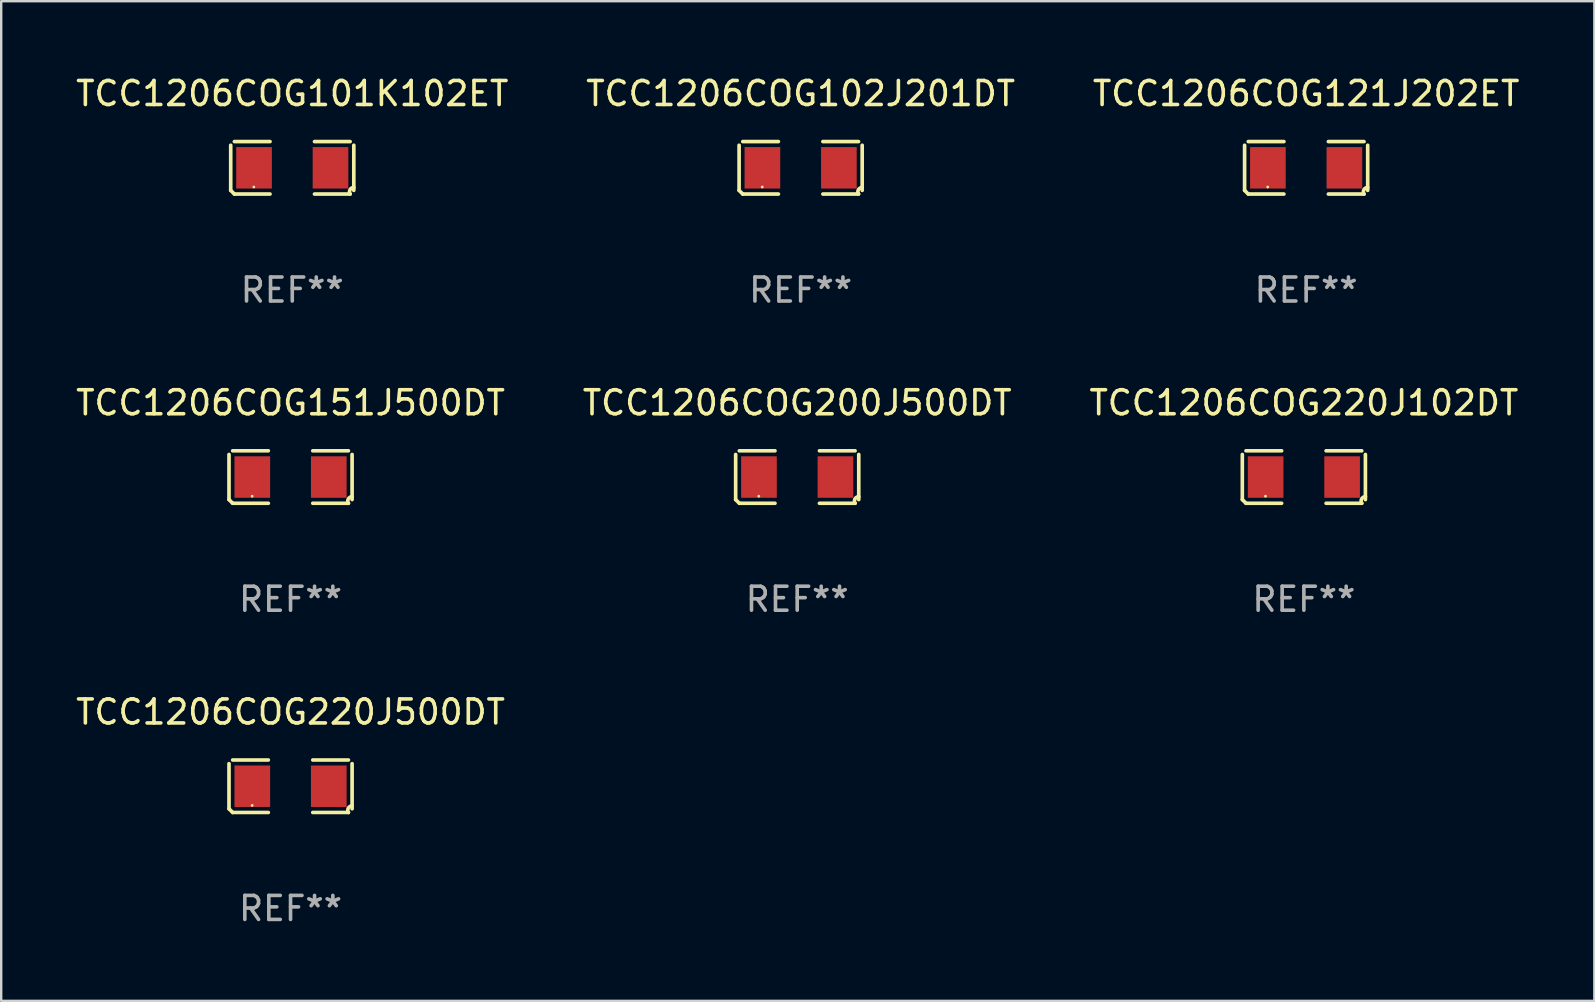
<source format=kicad_pcb>
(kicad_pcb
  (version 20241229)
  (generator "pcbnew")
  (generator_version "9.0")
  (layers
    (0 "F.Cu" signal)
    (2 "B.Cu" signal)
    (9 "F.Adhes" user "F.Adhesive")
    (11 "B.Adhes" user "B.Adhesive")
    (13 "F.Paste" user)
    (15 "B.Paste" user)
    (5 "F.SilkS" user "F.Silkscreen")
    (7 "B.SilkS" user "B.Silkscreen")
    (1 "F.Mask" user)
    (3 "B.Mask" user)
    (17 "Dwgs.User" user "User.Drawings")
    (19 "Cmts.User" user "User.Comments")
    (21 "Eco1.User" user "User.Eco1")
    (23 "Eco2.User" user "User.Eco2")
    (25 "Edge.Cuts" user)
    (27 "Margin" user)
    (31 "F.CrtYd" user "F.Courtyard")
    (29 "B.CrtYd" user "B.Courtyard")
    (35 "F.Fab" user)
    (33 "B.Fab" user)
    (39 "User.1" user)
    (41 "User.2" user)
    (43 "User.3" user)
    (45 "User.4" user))
  (footprint "TCC1206COG200J500DT"
    (layer "F.Cu")
    (at 30.161 16.823)
    (property "Reference" "TCC1206COG200J500DT" (at 0 -3.093 0) (layer "F.SilkS") (effects (font (size 1 1) (thickness 0.15))))
    (attr through_hole)
    (fp_line (start -2.564 0.94) (end -2.564 -0.94) (stroke (width 0.152) (type solid)) (layer "F.SilkS"))
    (fp_line (start -2.411 -1.093) (end -0.926 -1.093) (stroke (width 0.152) (type solid)) (layer "F.SilkS"))
    (fp_line (start -0.926 1.093) (end -2.411 1.093) (stroke (width 0.152) (type solid)) (layer "F.SilkS"))
    (fp_line (start 0.926 1.093) (end 2.411 1.093) (stroke (width 0.152) (type solid)) (layer "F.SilkS"))
    (fp_line (start 2.411 -1.093) (end 0.926 -1.093) (stroke (width 0.152) (type solid)) (layer "F.SilkS"))
    (fp_line (start 2.564 0.94) (end 2.564 -0.94) (stroke (width 0.152) (type solid)) (layer "F.SilkS"))
    (fp_arc (start -2.411201 1.092609) (mid -2.487413 1.01642) (end -2.563602 0.940208) (stroke (width 0.1524) (type solid)) (layer "F.SilkS"))
    (fp_arc (start 2.411201 1.092609) (mid 2.407159 0.911226) (end 2.563602 0.819347) (stroke (width 0.1524) (type solid)) (layer "F.SilkS"))
    (fp_circle (center -1.6 0.8) (end -1.57 0.8) (stroke (width 0.06) (type solid)) (fill no) (layer "F.SilkS"))
    (fp_text user "REF**" (at 0 5.093 0) (layer "F.Fab") (effects (font (size 1 1) (thickness 0.15))))
    (pad "1" smd rect (at -1.593 0) (size 1.485 1.728) (layers "F.Cu" "F.Mask" "F.Paste"))
    (pad "2" smd rect (at 1.593 0) (size 1.485 1.728) (layers "F.Cu" "F.Mask" "F.Paste")))
  (footprint "TCC1206COG121J202ET"
    (layer "F.Cu")
    (at 51.363 3.941)
    (property "Reference" "TCC1206COG121J202ET" (at 0 -3.093 0) (layer "F.SilkS") (effects (font (size 1 1) (thickness 0.15))))
    (attr through_hole)
    (fp_line (start -2.564 0.94) (end -2.564 -0.94) (stroke (width 0.152) (type solid)) (layer "F.SilkS"))
    (fp_line (start -2.411 -1.093) (end -0.926 -1.093) (stroke (width 0.152) (type solid)) (layer "F.SilkS"))
    (fp_line (start -0.926 1.093) (end -2.411 1.093) (stroke (width 0.152) (type solid)) (layer "F.SilkS"))
    (fp_line (start 0.926 1.093) (end 2.411 1.093) (stroke (width 0.152) (type solid)) (layer "F.SilkS"))
    (fp_line (start 2.411 -1.093) (end 0.926 -1.093) (stroke (width 0.152) (type solid)) (layer "F.SilkS"))
    (fp_line (start 2.564 0.94) (end 2.564 -0.94) (stroke (width 0.152) (type solid)) (layer "F.SilkS"))
    (fp_arc (start -2.411201 1.092609) (mid -2.487413 1.01642) (end -2.563602 0.940208) (stroke (width 0.1524) (type solid)) (layer "F.SilkS"))
    (fp_arc (start 2.411201 1.092609) (mid 2.407159 0.911226) (end 2.563602 0.819347) (stroke (width 0.1524) (type solid)) (layer "F.SilkS"))
    (fp_circle (center -1.6 0.8) (end -1.57 0.8) (stroke (width 0.06) (type solid)) (fill no) (layer "F.SilkS"))
    (fp_text user "REF**" (at 0 5.093 0) (layer "F.Fab") (effects (font (size 1 1) (thickness 0.15))))
    (pad "1" smd rect (at -1.593 0) (size 1.485 1.728) (layers "F.Cu" "F.Mask" "F.Paste"))
    (pad "2" smd rect (at 1.593 0) (size 1.485 1.728) (layers "F.Cu" "F.Mask" "F.Paste")))
  (footprint "TCC1206COG101K102ET"
    (layer "F.Cu")
    (at 9.125 3.941)
    (property "Reference" "TCC1206COG101K102ET" (at 0 -3.093 0) (layer "F.SilkS") (effects (font (size 1 1) (thickness 0.15))))
    (attr through_hole)
    (fp_line (start -2.564 0.94) (end -2.564 -0.94) (stroke (width 0.152) (type solid)) (layer "F.SilkS"))
    (fp_line (start -2.411 -1.093) (end -0.926 -1.093) (stroke (width 0.152) (type solid)) (layer "F.SilkS"))
    (fp_line (start -0.926 1.093) (end -2.411 1.093) (stroke (width 0.152) (type solid)) (layer "F.SilkS"))
    (fp_line (start 0.926 1.093) (end 2.411 1.093) (stroke (width 0.152) (type solid)) (layer "F.SilkS"))
    (fp_line (start 2.411 -1.093) (end 0.926 -1.093) (stroke (width 0.152) (type solid)) (layer "F.SilkS"))
    (fp_line (start 2.564 0.94) (end 2.564 -0.94) (stroke (width 0.152) (type solid)) (layer "F.SilkS"))
    (fp_arc (start -2.411201 1.092609) (mid -2.487413 1.01642) (end -2.563602 0.940208) (stroke (width 0.1524) (type solid)) (layer "F.SilkS"))
    (fp_arc (start 2.411201 1.092609) (mid 2.407159 0.911226) (end 2.563602 0.819347) (stroke (width 0.1524) (type solid)) (layer "F.SilkS"))
    (fp_circle (center -1.6 0.8) (end -1.57 0.8) (stroke (width 0.06) (type solid)) (fill no) (layer "F.SilkS"))
    (fp_text user "REF**" (at 0 5.093 0) (layer "F.Fab") (effects (font (size 1 1) (thickness 0.15))))
    (pad "1" smd rect (at -1.593 0) (size 1.485 1.728) (layers "F.Cu" "F.Mask" "F.Paste"))
    (pad "2" smd rect (at 1.593 0) (size 1.485 1.728) (layers "F.Cu" "F.Mask" "F.Paste")))
  (footprint "TCC1206COG220J102DT"
    (layer "F.Cu")
    (at 51.268 16.823)
    (property "Reference" "TCC1206COG220J102DT" (at 0 -3.093 0) (layer "F.SilkS") (effects (font (size 1 1) (thickness 0.15))))
    (attr through_hole)
    (fp_line (start -2.564 0.94) (end -2.564 -0.94) (stroke (width 0.152) (type solid)) (layer "F.SilkS"))
    (fp_line (start -2.411 -1.093) (end -0.926 -1.093) (stroke (width 0.152) (type solid)) (layer "F.SilkS"))
    (fp_line (start -0.926 1.093) (end -2.411 1.093) (stroke (width 0.152) (type solid)) (layer "F.SilkS"))
    (fp_line (start 0.926 1.093) (end 2.411 1.093) (stroke (width 0.152) (type solid)) (layer "F.SilkS"))
    (fp_line (start 2.411 -1.093) (end 0.926 -1.093) (stroke (width 0.152) (type solid)) (layer "F.SilkS"))
    (fp_line (start 2.564 0.94) (end 2.564 -0.94) (stroke (width 0.152) (type solid)) (layer "F.SilkS"))
    (fp_arc (start -2.411201 1.092609) (mid -2.487413 1.01642) (end -2.563602 0.940208) (stroke (width 0.1524) (type solid)) (layer "F.SilkS"))
    (fp_arc (start 2.411201 1.092609) (mid 2.407159 0.911226) (end 2.563602 0.819347) (stroke (width 0.1524) (type solid)) (layer "F.SilkS"))
    (fp_circle (center -1.6 0.8) (end -1.57 0.8) (stroke (width 0.06) (type solid)) (fill no) (layer "F.SilkS"))
    (fp_text user "REF**" (at 0 5.093 0) (layer "F.Fab") (effects (font (size 1 1) (thickness 0.15))))
    (pad "1" smd rect (at -1.593 0) (size 1.485 1.728) (layers "F.Cu" "F.Mask" "F.Paste"))
    (pad "2" smd rect (at 1.593 0) (size 1.485 1.728) (layers "F.Cu" "F.Mask" "F.Paste")))
  (footprint "TCC1206COG151J500DT"
    (layer "F.Cu")
    (at 9.054 16.823)
    (property "Reference" "TCC1206COG151J500DT" (at 0 -3.093 0) (layer "F.SilkS") (effects (font (size 1 1) (thickness 0.15))))
    (attr through_hole)
    (fp_line (start -2.564 0.94) (end -2.564 -0.94) (stroke (width 0.152) (type solid)) (layer "F.SilkS"))
    (fp_line (start -2.411 -1.093) (end -0.926 -1.093) (stroke (width 0.152) (type solid)) (layer "F.SilkS"))
    (fp_line (start -0.926 1.093) (end -2.411 1.093) (stroke (width 0.152) (type solid)) (layer "F.SilkS"))
    (fp_line (start 0.926 1.093) (end 2.411 1.093) (stroke (width 0.152) (type solid)) (layer "F.SilkS"))
    (fp_line (start 2.411 -1.093) (end 0.926 -1.093) (stroke (width 0.152) (type solid)) (layer "F.SilkS"))
    (fp_line (start 2.564 0.94) (end 2.564 -0.94) (stroke (width 0.152) (type solid)) (layer "F.SilkS"))
    (fp_arc (start -2.411201 1.092609) (mid -2.487413 1.01642) (end -2.563602 0.940208) (stroke (width 0.1524) (type solid)) (layer "F.SilkS"))
    (fp_arc (start 2.411201 1.092609) (mid 2.407159 0.911226) (end 2.563602 0.819347) (stroke (width 0.1524) (type solid)) (layer "F.SilkS"))
    (fp_circle (center -1.6 0.8) (end -1.57 0.8) (stroke (width 0.06) (type solid)) (fill no) (layer "F.SilkS"))
    (fp_text user "REF**" (at 0 5.093 0) (layer "F.Fab") (effects (font (size 1 1) (thickness 0.15))))
    (pad "1" smd rect (at -1.593 0) (size 1.485 1.728) (layers "F.Cu" "F.Mask" "F.Paste"))
    (pad "2" smd rect (at 1.593 0) (size 1.485 1.728) (layers "F.Cu" "F.Mask" "F.Paste")))
  (footprint "TCC1206COG220J500DT"
    (layer "F.Cu")
    (at 9.054 29.704)
    (property "Reference" "TCC1206COG220J500DT" (at 0 -3.093 0) (layer "F.SilkS") (effects (font (size 1 1) (thickness 0.15))))
    (attr through_hole)
    (fp_line (start -2.564 0.94) (end -2.564 -0.94) (stroke (width 0.152) (type solid)) (layer "F.SilkS"))
    (fp_line (start -2.411 -1.093) (end -0.926 -1.093) (stroke (width 0.152) (type solid)) (layer "F.SilkS"))
    (fp_line (start -0.926 1.093) (end -2.411 1.093) (stroke (width 0.152) (type solid)) (layer "F.SilkS"))
    (fp_line (start 0.926 1.093) (end 2.411 1.093) (stroke (width 0.152) (type solid)) (layer "F.SilkS"))
    (fp_line (start 2.411 -1.093) (end 0.926 -1.093) (stroke (width 0.152) (type solid)) (layer "F.SilkS"))
    (fp_line (start 2.564 0.94) (end 2.564 -0.94) (stroke (width 0.152) (type solid)) (layer "F.SilkS"))
    (fp_arc (start -2.411201 1.092609) (mid -2.487413 1.01642) (end -2.563602 0.940208) (stroke (width 0.1524) (type solid)) (layer "F.SilkS"))
    (fp_arc (start 2.411201 1.092609) (mid 2.407159 0.911226) (end 2.563602 0.819347) (stroke (width 0.1524) (type solid)) (layer "F.SilkS"))
    (fp_circle (center -1.6 0.8) (end -1.57 0.8) (stroke (width 0.06) (type solid)) (fill no) (layer "F.SilkS"))
    (fp_text user "REF**" (at 0 5.093 0) (layer "F.Fab") (effects (font (size 1 1) (thickness 0.15))))
    (pad "1" smd rect (at -1.593 0) (size 1.485 1.728) (layers "F.Cu" "F.Mask" "F.Paste"))
    (pad "2" smd rect (at 1.593 0) (size 1.485 1.728) (layers "F.Cu" "F.Mask" "F.Paste")))
  (footprint "TCC1206COG102J201DT"
    (layer "F.Cu")
    (at 30.304 3.941)
    (property "Reference" "TCC1206COG102J201DT" (at 0 -3.093 0) (layer "F.SilkS") (effects (font (size 1 1) (thickness 0.15))))
    (attr through_hole)
    (fp_line (start -2.564 0.94) (end -2.564 -0.94) (stroke (width 0.152) (type solid)) (layer "F.SilkS"))
    (fp_line (start -2.411 -1.093) (end -0.926 -1.093) (stroke (width 0.152) (type solid)) (layer "F.SilkS"))
    (fp_line (start -0.926 1.093) (end -2.411 1.093) (stroke (width 0.152) (type solid)) (layer "F.SilkS"))
    (fp_line (start 0.926 1.093) (end 2.411 1.093) (stroke (width 0.152) (type solid)) (layer "F.SilkS"))
    (fp_line (start 2.411 -1.093) (end 0.926 -1.093) (stroke (width 0.152) (type solid)) (layer "F.SilkS"))
    (fp_line (start 2.564 0.94) (end 2.564 -0.94) (stroke (width 0.152) (type solid)) (layer "F.SilkS"))
    (fp_arc (start -2.411201 1.092609) (mid -2.487413 1.01642) (end -2.563602 0.940208) (stroke (width 0.1524) (type solid)) (layer "F.SilkS"))
    (fp_arc (start 2.411201 1.092609) (mid 2.407159 0.911226) (end 2.563602 0.819347) (stroke (width 0.1524) (type solid)) (layer "F.SilkS"))
    (fp_circle (center -1.6 0.8) (end -1.57 0.8) (stroke (width 0.06) (type solid)) (fill no) (layer "F.SilkS"))
    (fp_text user "REF**" (at 0 5.093 0) (layer "F.Fab") (effects (font (size 1 1) (thickness 0.15))))
    (pad "1" smd rect (at -1.593 0) (size 1.485 1.728) (layers "F.Cu" "F.Mask" "F.Paste"))
    (pad "2" smd rect (at 1.593 0) (size 1.485 1.728) (layers "F.Cu" "F.Mask" "F.Paste")))
  (gr_rect
    (start -3 -3)
    (end 63.369 38.645)
    (stroke (width 0.1) (type default))
    (fill no)
    (layer "Edge.Cuts")))
</source>
